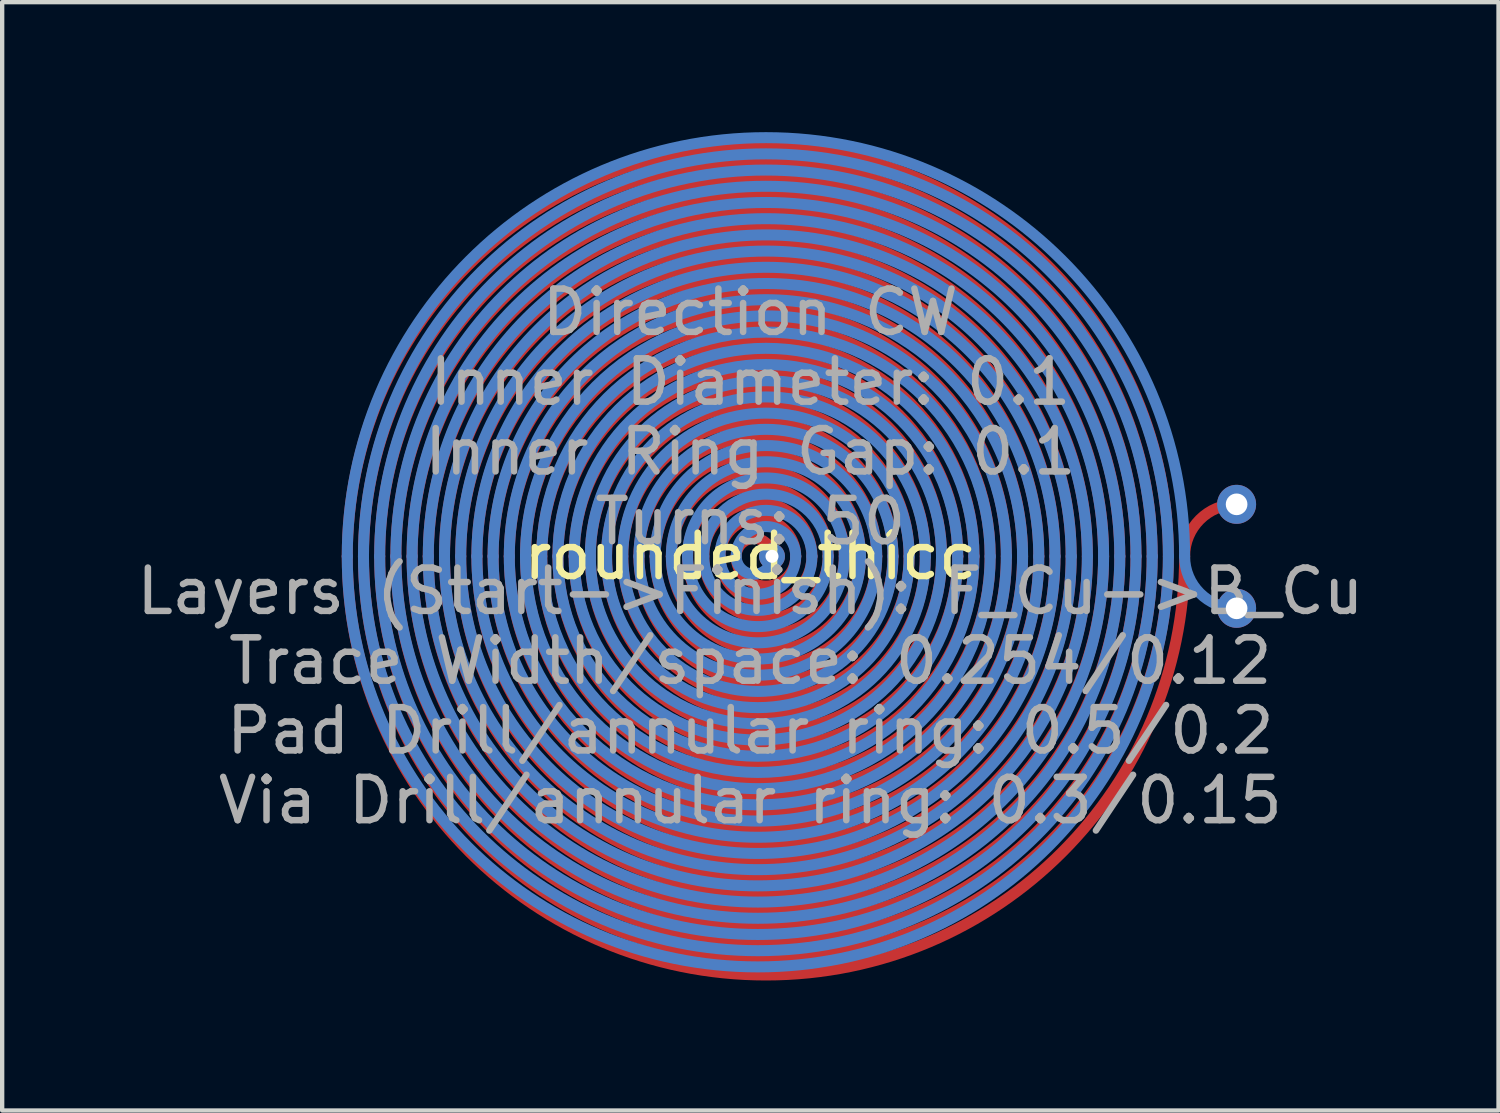
<source format=kicad_pcb>
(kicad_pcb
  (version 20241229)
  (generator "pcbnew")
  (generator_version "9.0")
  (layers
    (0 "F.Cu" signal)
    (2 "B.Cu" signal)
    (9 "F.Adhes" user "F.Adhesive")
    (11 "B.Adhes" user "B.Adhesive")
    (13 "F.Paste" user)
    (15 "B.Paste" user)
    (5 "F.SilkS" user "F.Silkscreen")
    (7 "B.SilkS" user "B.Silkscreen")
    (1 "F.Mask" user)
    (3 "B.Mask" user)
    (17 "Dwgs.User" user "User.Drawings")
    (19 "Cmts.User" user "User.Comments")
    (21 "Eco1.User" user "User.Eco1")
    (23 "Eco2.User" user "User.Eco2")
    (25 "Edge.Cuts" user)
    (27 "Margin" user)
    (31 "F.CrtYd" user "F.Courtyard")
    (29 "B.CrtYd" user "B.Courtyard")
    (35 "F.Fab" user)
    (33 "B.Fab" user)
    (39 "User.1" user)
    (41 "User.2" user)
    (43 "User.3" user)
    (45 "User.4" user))
  (footprint "rounded_thicc"
    (layer "F.Cu")
    (at 14.268 9.79)
    (property "Reference" "rounded_thicc" (at 0 0 0) (unlocked yes) (layer "F.SilkS") (effects (font (size 1 1) (thickness 0.15))))
    (fp_arc (start -9.303 0) (mid 0.173 -9.476) (end 9.649 0) (stroke (width 0.254) (type default)) (layer "F.Cu"))
    (fp_arc (start -8.929 0) (mid 0.173 -9.102) (end 9.275 0) (stroke (width 0.254) (type default)) (layer "F.Cu"))
    (fp_arc (start -8.555 0) (mid 0.173 -8.728) (end 8.901 0) (stroke (width 0.254) (type default)) (layer "F.Cu"))
    (fp_arc (start -8.181 0) (mid 0.173 -8.354) (end 8.527 0) (stroke (width 0.254) (type default)) (layer "F.Cu"))
    (fp_arc (start -7.807 0) (mid 0.173 -7.98) (end 8.153 0) (stroke (width 0.254) (type default)) (layer "F.Cu"))
    (fp_arc (start -7.433 0) (mid 0.173 -7.606) (end 7.779 0) (stroke (width 0.254) (type default)) (layer "F.Cu"))
    (fp_arc (start -7.059 0) (mid 0.173 -7.232) (end 7.405 0) (stroke (width 0.254) (type default)) (layer "F.Cu"))
    (fp_arc (start -6.685 0) (mid 0.173 -6.858) (end 7.031 0) (stroke (width 0.254) (type default)) (layer "F.Cu"))
    (fp_arc (start -6.311 0) (mid 0.173 -6.484) (end 6.657 0) (stroke (width 0.254) (type default)) (layer "F.Cu"))
    (fp_arc (start -5.937 0) (mid 0.173 -6.11) (end 6.283 0) (stroke (width 0.254) (type default)) (layer "F.Cu"))
    (fp_arc (start -5.563 0) (mid 0.173 -5.736) (end 5.909 0) (stroke (width 0.254) (type default)) (layer "F.Cu"))
    (fp_arc (start -5.189 0) (mid 0.173 -5.362) (end 5.535 0) (stroke (width 0.254) (type default)) (layer "F.Cu"))
    (fp_arc (start -4.815 0) (mid 0.173 -4.988) (end 5.161 0) (stroke (width 0.254) (type default)) (layer "F.Cu"))
    (fp_arc (start -4.441 0) (mid 0.173 -4.614) (end 4.787 0) (stroke (width 0.254) (type default)) (layer "F.Cu"))
    (fp_arc (start -4.067 0) (mid 0.173 -4.24) (end 4.413 0) (stroke (width 0.254) (type default)) (layer "F.Cu"))
    (fp_arc (start -3.693 0) (mid 0.173 -3.866) (end 4.039 0) (stroke (width 0.254) (type default)) (layer "F.Cu"))
    (fp_arc (start -3.319 0) (mid 0.173 -3.492) (end 3.665 0) (stroke (width 0.254) (type default)) (layer "F.Cu"))
    (fp_arc (start -2.945 0) (mid 0.173 -3.118) (end 3.291 0) (stroke (width 0.254) (type default)) (layer "F.Cu"))
    (fp_arc (start -2.571 0) (mid 0.173 -2.744) (end 2.917 0) (stroke (width 0.254) (type default)) (layer "F.Cu"))
    (fp_arc (start -2.197 0) (mid 0.173 -2.37) (end 2.543 0) (stroke (width 0.254) (type default)) (layer "F.Cu"))
    (fp_arc (start -1.823 0) (mid 0.173 -1.996) (end 2.169 0) (stroke (width 0.254) (type default)) (layer "F.Cu"))
    (fp_arc (start -1.449 0) (mid 0.173 -1.622) (end 1.795 0) (stroke (width 0.254) (type default)) (layer "F.Cu"))
    (fp_arc (start -1.075 0) (mid 0.173 -1.248) (end 1.421 0) (stroke (width 0.254) (type default)) (layer "F.Cu"))
    (fp_arc (start -0.701 0) (mid 0.173 -0.874) (end 1.047 0) (stroke (width 0.254) (type default)) (layer "F.Cu"))
    (fp_arc (start -0.327 0) (mid 0.0865 -0.4135) (end 0.5 0) (stroke (width 0.254) (type default)) (layer "F.Cu"))
    (fp_arc (start 1.047 0) (mid 0.36 0.687) (end -0.327 0) (stroke (width 0.254) (type default)) (layer "F.Cu"))
    (fp_arc (start 1.421 0) (mid 0.36 1.061) (end -0.701 0) (stroke (width 0.254) (type default)) (layer "F.Cu"))
    (fp_arc (start 1.795 0) (mid 0.36 1.435) (end -1.075 0) (stroke (width 0.254) (type default)) (layer "F.Cu"))
    (fp_arc (start 2.169 0) (mid 0.36 1.809) (end -1.449 0) (stroke (width 0.254) (type default)) (layer "F.Cu"))
    (fp_arc (start 2.543 0) (mid 0.36 2.183) (end -1.823 0) (stroke (width 0.254) (type default)) (layer "F.Cu"))
    (fp_arc (start 2.917 0) (mid 0.36 2.557) (end -2.197 0) (stroke (width 0.254) (type default)) (layer "F.Cu"))
    (fp_arc (start 3.291 0) (mid 0.36 2.931) (end -2.571 0) (stroke (width 0.254) (type default)) (layer "F.Cu"))
    (fp_arc (start 3.665 0) (mid 0.36 3.305) (end -2.945 0) (stroke (width 0.254) (type default)) (layer "F.Cu"))
    (fp_arc (start 4.039 0) (mid 0.36 3.679) (end -3.319 0) (stroke (width 0.254) (type default)) (layer "F.Cu"))
    (fp_arc (start 4.413 0) (mid 0.36 4.053) (end -3.693 0) (stroke (width 0.254) (type default)) (layer "F.Cu"))
    (fp_arc (start 4.787 0) (mid 0.36 4.427) (end -4.067 0) (stroke (width 0.254) (type default)) (layer "F.Cu"))
    (fp_arc (start 5.161 0) (mid 0.36 4.801) (end -4.441 0) (stroke (width 0.254) (type default)) (layer "F.Cu"))
    (fp_arc (start 5.535 0) (mid 0.36 5.175) (end -4.815 0) (stroke (width 0.254) (type default)) (layer "F.Cu"))
    (fp_arc (start 5.909 0) (mid 0.36 5.549) (end -5.189 0) (stroke (width 0.254) (type default)) (layer "F.Cu"))
    (fp_arc (start 6.283 0) (mid 0.36 5.923) (end -5.563 0) (stroke (width 0.254) (type default)) (layer "F.Cu"))
    (fp_arc (start 6.657 0) (mid 0.36 6.297) (end -5.937 0) (stroke (width 0.254) (type default)) (layer "F.Cu"))
    (fp_arc (start 7.031 0) (mid 0.36 6.671) (end -6.311 0) (stroke (width 0.254) (type default)) (layer "F.Cu"))
    (fp_arc (start 7.405 0) (mid 0.36 7.045) (end -6.685 0) (stroke (width 0.254) (type default)) (layer "F.Cu"))
    (fp_arc (start 7.779 0) (mid 0.36 7.419) (end -7.059 0) (stroke (width 0.254) (type default)) (layer "F.Cu"))
    (fp_arc (start 8.153 0) (mid 0.36 7.793) (end -7.433 0) (stroke (width 0.254) (type default)) (layer "F.Cu"))
    (fp_arc (start 8.527 0) (mid 0.36 8.167) (end -7.807 0) (stroke (width 0.254) (type default)) (layer "F.Cu"))
    (fp_arc (start 8.901 0) (mid 0.36 8.541) (end -8.181 0) (stroke (width 0.254) (type default)) (layer "F.Cu"))
    (fp_arc (start 9.275 0) (mid 0.36 8.915) (end -8.555 0) (stroke (width 0.254) (type default)) (layer "F.Cu"))
    (fp_arc (start 9.649 0) (mid 0.36 9.289) (end -8.929 0) (stroke (width 0.254) (type default)) (layer "F.Cu"))
    (fp_arc (start 10.023 0) (mid 0.36 9.663) (end -9.303 0) (stroke (width 0.254) (type default)) (layer "F.Cu"))
    (fp_arc (start 10.023 0) (mid 10.374472 -0.848528) (end 11.223 -1.2) (stroke (width 0.254) (type default)) (layer "F.Cu"))
    (fp_arc (start -9.303 0) (mid 0.36 -9.663) (end 10.023 0) (stroke (width 0.254) (type default)) (layer "B.Cu"))
    (fp_arc (start -8.929 0) (mid 0.36 -9.289) (end 9.649 0) (stroke (width 0.254) (type default)) (layer "B.Cu"))
    (fp_arc (start -8.555 0) (mid 0.36 -8.915) (end 9.275 0) (stroke (width 0.254) (type default)) (layer "B.Cu"))
    (fp_arc (start -8.181 0) (mid 0.36 -8.541) (end 8.901 0) (stroke (width 0.254) (type default)) (layer "B.Cu"))
    (fp_arc (start -7.807 0) (mid 0.36 -8.167) (end 8.527 0) (stroke (width 0.254) (type default)) (layer "B.Cu"))
    (fp_arc (start -7.433 0) (mid 0.36 -7.793) (end 8.153 0) (stroke (width 0.254) (type default)) (layer "B.Cu"))
    (fp_arc (start -7.059 0) (mid 0.36 -7.419) (end 7.779 0) (stroke (width 0.254) (type default)) (layer "B.Cu"))
    (fp_arc (start -6.685 0) (mid 0.36 -7.045) (end 7.405 0) (stroke (width 0.254) (type default)) (layer "B.Cu"))
    (fp_arc (start -6.311 0) (mid 0.36 -6.671) (end 7.031 0) (stroke (width 0.254) (type default)) (layer "B.Cu"))
    (fp_arc (start -5.937 0) (mid 0.36 -6.297) (end 6.657 0) (stroke (width 0.254) (type default)) (layer "B.Cu"))
    (fp_arc (start -5.563 0) (mid 0.36 -5.923) (end 6.283 0) (stroke (width 0.254) (type default)) (layer "B.Cu"))
    (fp_arc (start -5.189 0) (mid 0.36 -5.549) (end 5.909 0) (stroke (width 0.254) (type default)) (layer "B.Cu"))
    (fp_arc (start -4.815 0) (mid 0.36 -5.175) (end 5.535 0) (stroke (width 0.254) (type default)) (layer "B.Cu"))
    (fp_arc (start -4.441 0) (mid 0.36 -4.801) (end 5.161 0) (stroke (width 0.254) (type default)) (layer "B.Cu"))
    (fp_arc (start -4.067 0) (mid 0.36 -4.427) (end 4.787 0) (stroke (width 0.254) (type default)) (layer "B.Cu"))
    (fp_arc (start -3.693 0) (mid 0.36 -4.053) (end 4.413 0) (stroke (width 0.254) (type default)) (layer "B.Cu"))
    (fp_arc (start -3.319 0) (mid 0.36 -3.679) (end 4.039 0) (stroke (width 0.254) (type default)) (layer "B.Cu"))
    (fp_arc (start -2.945 0) (mid 0.36 -3.305) (end 3.665 0) (stroke (width 0.254) (type default)) (layer "B.Cu"))
    (fp_arc (start -2.571 0) (mid 0.36 -2.931) (end 3.291 0) (stroke (width 0.254) (type default)) (layer "B.Cu"))
    (fp_arc (start -2.197 0) (mid 0.36 -2.557) (end 2.917 0) (stroke (width 0.254) (type default)) (layer "B.Cu"))
    (fp_arc (start -1.823 0) (mid 0.36 -2.183) (end 2.543 0) (stroke (width 0.254) (type default)) (layer "B.Cu"))
    (fp_arc (start -1.449 0) (mid 0.36 -1.809) (end 2.169 0) (stroke (width 0.254) (type default)) (layer "B.Cu"))
    (fp_arc (start -1.075 0) (mid 0.36 -1.435) (end 1.795 0) (stroke (width 0.254) (type default)) (layer "B.Cu"))
    (fp_arc (start -0.701 0) (mid 0.36 -1.061) (end 1.421 0) (stroke (width 0.254) (type default)) (layer "B.Cu"))
    (fp_arc (start -0.327 0) (mid 0.36 -0.687) (end 1.047 0) (stroke (width 0.254) (type default)) (layer "B.Cu"))
    (fp_arc (start 0.5 0) (mid 0.0865 0.4135) (end -0.327 0) (stroke (width 0.254) (type default)) (layer "B.Cu"))
    (fp_arc (start 1.047 0) (mid 0.173 0.874) (end -0.701 0) (stroke (width 0.254) (type default)) (layer "B.Cu"))
    (fp_arc (start 1.421 0) (mid 0.173 1.248) (end -1.075 0) (stroke (width 0.254) (type default)) (layer "B.Cu"))
    (fp_arc (start 1.795 0) (mid 0.173 1.622) (end -1.449 0) (stroke (width 0.254) (type default)) (layer "B.Cu"))
    (fp_arc (start 2.169 0) (mid 0.173 1.996) (end -1.823 0) (stroke (width 0.254) (type default)) (layer "B.Cu"))
    (fp_arc (start 2.543 0) (mid 0.173 2.37) (end -2.197 0) (stroke (width 0.254) (type default)) (layer "B.Cu"))
    (fp_arc (start 2.917 0) (mid 0.173 2.744) (end -2.571 0) (stroke (width 0.254) (type default)) (layer "B.Cu"))
    (fp_arc (start 3.291 0) (mid 0.173 3.118) (end -2.945 0) (stroke (width 0.254) (type default)) (layer "B.Cu"))
    (fp_arc (start 3.665 0) (mid 0.173 3.492) (end -3.319 0) (stroke (width 0.254) (type default)) (layer "B.Cu"))
    (fp_arc (start 4.039 0) (mid 0.173 3.866) (end -3.693 0) (stroke (width 0.254) (type default)) (layer "B.Cu"))
    (fp_arc (start 4.413 0) (mid 0.173 4.24) (end -4.067 0) (stroke (width 0.254) (type default)) (layer "B.Cu"))
    (fp_arc (start 4.787 0) (mid 0.173 4.614) (end -4.441 0) (stroke (width 0.254) (type default)) (layer "B.Cu"))
    (fp_arc (start 5.161 0) (mid 0.173 4.988) (end -4.815 0) (stroke (width 0.254) (type default)) (layer "B.Cu"))
    (fp_arc (start 5.535 0) (mid 0.173 5.362) (end -5.189 0) (stroke (width 0.254) (type default)) (layer "B.Cu"))
    (fp_arc (start 5.909 0) (mid 0.173 5.736) (end -5.563 0) (stroke (width 0.254) (type default)) (layer "B.Cu"))
    (fp_arc (start 6.283 0) (mid 0.173 6.11) (end -5.937 0) (stroke (width 0.254) (type default)) (layer "B.Cu"))
    (fp_arc (start 6.657 0) (mid 0.173 6.484) (end -6.311 0) (stroke (width 0.254) (type default)) (layer "B.Cu"))
    (fp_arc (start 7.031 0) (mid 0.173 6.858) (end -6.685 0) (stroke (width 0.254) (type default)) (layer "B.Cu"))
    (fp_arc (start 7.405 0) (mid 0.173 7.232) (end -7.059 0) (stroke (width 0.254) (type default)) (layer "B.Cu"))
    (fp_arc (start 7.779 0) (mid 0.173 7.606) (end -7.433 0) (stroke (width 0.254) (type default)) (layer "B.Cu"))
    (fp_arc (start 8.153 0) (mid 0.173 7.98) (end -7.807 0) (stroke (width 0.254) (type default)) (layer "B.Cu"))
    (fp_arc (start 8.527 0) (mid 0.173 8.354) (end -8.181 0) (stroke (width 0.254) (type default)) (layer "B.Cu"))
    (fp_arc (start 8.901 0) (mid 0.173 8.728) (end -8.555 0) (stroke (width 0.254) (type default)) (layer "B.Cu"))
    (fp_arc (start 9.275 0) (mid 0.173 9.102) (end -8.929 0) (stroke (width 0.254) (type default)) (layer "B.Cu"))
    (fp_arc (start 9.649 0) (mid 0.173 9.476) (end -9.303 0) (stroke (width 0.254) (type default)) (layer "B.Cu"))
    (fp_arc (start 11.223 1.2) (mid 10.374472 0.848528) (end 10.023 0) (stroke (width 0.254) (type default)) (layer "B.Cu"))
    (fp_circle (center 0 0) (end 0 0.1) (stroke (width 0.15) (type default)) (fill no) (layer "User.1"))
    (fp_text user "Direction CW\nInner Diameter: 0.1\nInner Ring Gap: 0.1\nTurns: 50\nLayers (Start->Finish): F_Cu->B_Cu\nTrace Width/space: 0.254/0.12\nPad Drill/annular ring: 0.5/0.2\nVia Drill/annular ring: 0.3/0.15" (at 0 0 0) (layer "F.Fab") (effects (font (size 1 1) (thickness 0.15))))
    (pad "1" thru_hole circle (at 11.223 -1.2) (size 0.9 0.9) (drill 0.5) (layers "*.Cu"))
    (pad "2" thru_hole circle (at 11.223 1.2) (size 0.9 0.9) (drill 0.5) (layers "*.Cu"))
    (pad "3" thru_hole circle (at 0.5 0) (size 0.6 0.6) (drill 0.3) (layers "*.Cu")))
  (gr_rect
    (start -3 -3)
    (end 31.536 22.58)
    (stroke (width 0.1) (type default))
    (fill no)
    (layer "Edge.Cuts")))
</source>
